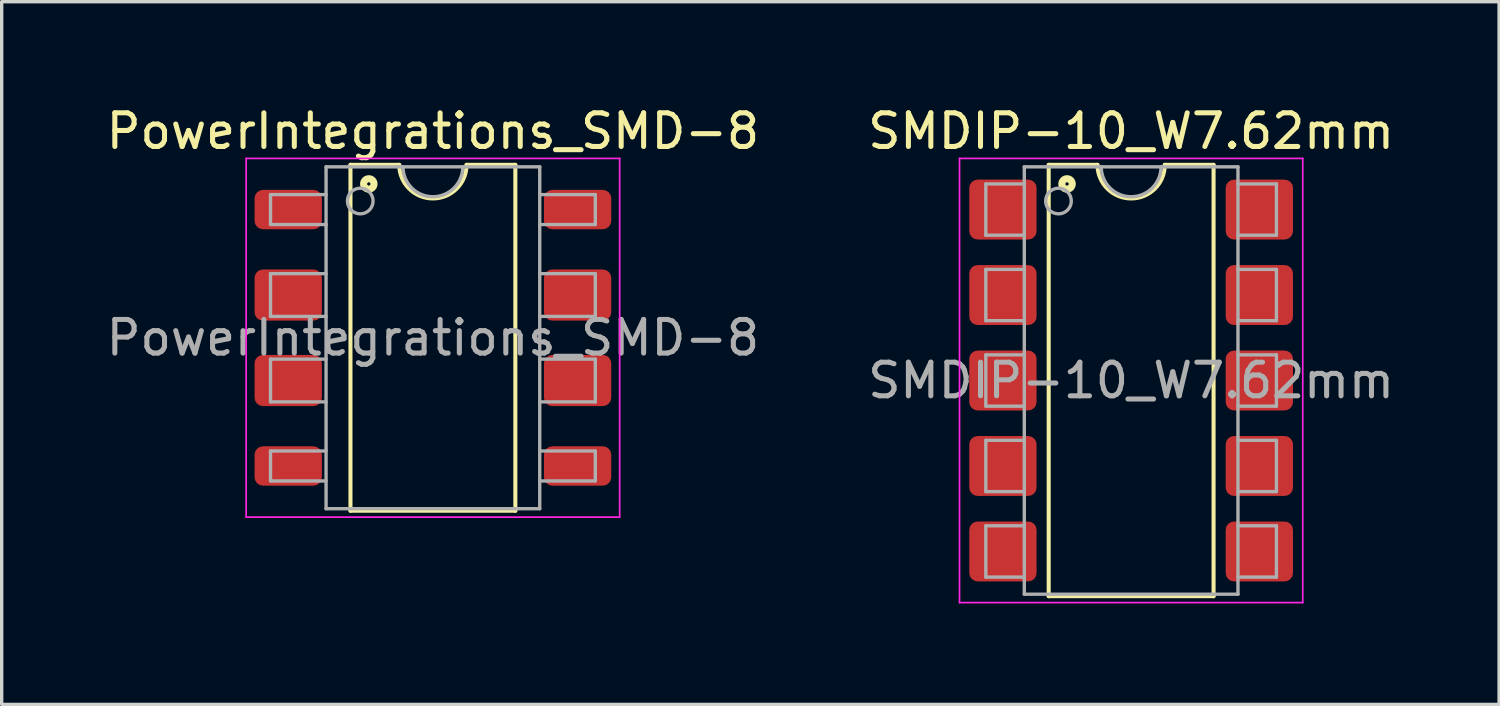
<source format=kicad_pcb>
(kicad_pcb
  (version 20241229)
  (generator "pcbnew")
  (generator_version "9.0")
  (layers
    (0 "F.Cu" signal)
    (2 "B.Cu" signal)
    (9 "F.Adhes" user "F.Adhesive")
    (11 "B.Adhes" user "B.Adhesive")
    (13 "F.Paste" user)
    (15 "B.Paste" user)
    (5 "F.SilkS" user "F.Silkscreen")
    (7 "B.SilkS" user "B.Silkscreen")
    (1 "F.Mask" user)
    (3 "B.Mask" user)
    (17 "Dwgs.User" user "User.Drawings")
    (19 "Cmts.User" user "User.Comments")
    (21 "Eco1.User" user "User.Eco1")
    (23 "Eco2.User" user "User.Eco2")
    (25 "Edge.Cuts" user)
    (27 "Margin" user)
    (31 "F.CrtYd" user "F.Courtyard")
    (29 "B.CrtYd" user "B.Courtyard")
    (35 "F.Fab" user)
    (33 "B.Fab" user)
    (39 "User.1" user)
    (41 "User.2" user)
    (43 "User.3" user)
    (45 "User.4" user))
  (footprint "SMDIP-10_W7.62mm"
    (layer "F.Cu")
    (at 30.565 8.258)
    (property "Reference" "SMDIP-10_W7.62mm" (at 0 -7.41 0) (layer "F.SilkS") (effects (font (size 1 1) (thickness 0.15))))
    (attr smd)
    (fp_line (start -2.45 -6.41) (end -2.45 6.41) (stroke (width 0.12) (type solid)) (layer "F.SilkS"))
    (fp_line (start -2.45 6.41) (end 2.45 6.41) (stroke (width 0.12) (type solid)) (layer "F.SilkS"))
    (fp_line (start -1 -6.41) (end -2.45 -6.41) (stroke (width 0.12) (type solid)) (layer "F.SilkS"))
    (fp_line (start 2.45 -6.41) (end 1 -6.41) (stroke (width 0.12) (type solid)) (layer "F.SilkS"))
    (fp_line (start 2.45 6.41) (end 2.45 -6.41) (stroke (width 0.12) (type solid)) (layer "F.SilkS"))
    (fp_arc (start 1 -6.41) (mid 0 -5.41) (end -1 -6.41) (stroke (width 0.12) (type solid)) (layer "F.SilkS"))
    (fp_circle (center -1.905 -5.842) (end -1.855 -5.842) (stroke (width 0.12) (type solid)) (fill no) (layer "F.SilkS"))
    (fp_circle (center -1.905 -5.842) (end -1.78 -5.842) (stroke (width 0.12) (type solid)) (fill no) (layer "F.SilkS"))
    (fp_circle (center -1.905 -5.842) (end -1.705 -5.842) (stroke (width 0.12) (type solid)) (fill no) (layer "F.SilkS"))
    (fp_line (start -5.1 -6.6) (end -5.1 6.6) (stroke (width 0.05) (type solid)) (layer "F.CrtYd"))
    (fp_line (start -5.1 6.6) (end 5.1 6.6) (stroke (width 0.05) (type solid)) (layer "F.CrtYd"))
    (fp_line (start 5.1 -6.6) (end -5.1 -6.6) (stroke (width 0.05) (type solid)) (layer "F.CrtYd"))
    (fp_line (start 5.1 6.6) (end 5.1 -6.6) (stroke (width 0.05) (type solid)) (layer "F.CrtYd"))
    (fp_line (start -4.318 -5.842) (end -4.318 -4.318) (stroke (width 0.1) (type solid)) (layer "F.Fab"))
    (fp_line (start -4.318 -5.842) (end -3.175 -5.842) (stroke (width 0.1) (type solid)) (layer "F.Fab"))
    (fp_line (start -4.318 -4.318) (end -3.175 -4.318) (stroke (width 0.1) (type solid)) (layer "F.Fab"))
    (fp_line (start -4.318 -3.302) (end -4.318 -1.778) (stroke (width 0.1) (type solid)) (layer "F.Fab"))
    (fp_line (start -4.318 -3.302) (end -3.175 -3.302) (stroke (width 0.1) (type solid)) (layer "F.Fab"))
    (fp_line (start -4.318 -1.778) (end -3.175 -1.778) (stroke (width 0.1) (type solid)) (layer "F.Fab"))
    (fp_line (start -4.318 -0.762) (end -4.318 0.762) (stroke (width 0.1) (type solid)) (layer "F.Fab"))
    (fp_line (start -4.318 -0.762) (end -3.175 -0.762) (stroke (width 0.1) (type solid)) (layer "F.Fab"))
    (fp_line (start -4.318 0.762) (end -3.175 0.762) (stroke (width 0.1) (type solid)) (layer "F.Fab"))
    (fp_line (start -4.318 1.778) (end -4.318 3.302) (stroke (width 0.1) (type solid)) (layer "F.Fab"))
    (fp_line (start -4.318 1.778) (end -3.175 1.778) (stroke (width 0.1) (type solid)) (layer "F.Fab"))
    (fp_line (start -4.318 3.302) (end -3.175 3.302) (stroke (width 0.1) (type solid)) (layer "F.Fab"))
    (fp_line (start -4.318 4.318) (end -4.318 5.842) (stroke (width 0.1) (type solid)) (layer "F.Fab"))
    (fp_line (start -4.318 4.318) (end -3.175 4.318) (stroke (width 0.1) (type solid)) (layer "F.Fab"))
    (fp_line (start -4.318 5.842) (end -3.175 5.842) (stroke (width 0.1) (type solid)) (layer "F.Fab"))
    (fp_line (start -3.175 -6.35) (end 3.175 -6.35) (stroke (width 0.1) (type solid)) (layer "F.Fab"))
    (fp_line (start -3.175 6.35) (end -3.175 -6.35) (stroke (width 0.1) (type solid)) (layer "F.Fab"))
    (fp_line (start 3.175 -6.35) (end 3.175 6.35) (stroke (width 0.1) (type solid)) (layer "F.Fab"))
    (fp_line (start 3.175 6.35) (end -3.175 6.35) (stroke (width 0.1) (type solid)) (layer "F.Fab"))
    (fp_line (start 4.318 -5.842) (end 3.175 -5.842) (stroke (width 0.1) (type solid)) (layer "F.Fab"))
    (fp_line (start 4.318 -4.318) (end 3.175 -4.318) (stroke (width 0.1) (type solid)) (layer "F.Fab"))
    (fp_line (start 4.318 -4.318) (end 4.318 -5.842) (stroke (width 0.1) (type solid)) (layer "F.Fab"))
    (fp_line (start 4.318 -3.302) (end 3.175 -3.302) (stroke (width 0.1) (type solid)) (layer "F.Fab"))
    (fp_line (start 4.318 -1.778) (end 3.175 -1.778) (stroke (width 0.1) (type solid)) (layer "F.Fab"))
    (fp_line (start 4.318 -1.778) (end 4.318 -3.302) (stroke (width 0.1) (type solid)) (layer "F.Fab"))
    (fp_line (start 4.318 -0.762) (end 3.175 -0.762) (stroke (width 0.1) (type solid)) (layer "F.Fab"))
    (fp_line (start 4.318 0.762) (end 3.175 0.762) (stroke (width 0.1) (type solid)) (layer "F.Fab"))
    (fp_line (start 4.318 0.762) (end 4.318 -0.762) (stroke (width 0.1) (type solid)) (layer "F.Fab"))
    (fp_line (start 4.318 1.778) (end 3.175 1.778) (stroke (width 0.1) (type solid)) (layer "F.Fab"))
    (fp_line (start 4.318 3.302) (end 3.175 3.302) (stroke (width 0.1) (type solid)) (layer "F.Fab"))
    (fp_line (start 4.318 3.302) (end 4.318 1.778) (stroke (width 0.1) (type solid)) (layer "F.Fab"))
    (fp_line (start 4.318 4.318) (end 3.175 4.318) (stroke (width 0.1) (type solid)) (layer "F.Fab"))
    (fp_line (start 4.318 5.842) (end 3.175 5.842) (stroke (width 0.1) (type solid)) (layer "F.Fab"))
    (fp_line (start 4.318 5.842) (end 4.318 4.318) (stroke (width 0.1) (type solid)) (layer "F.Fab"))
    (fp_arc (start 0.889 -6.35) (mid 0 -5.461) (end -0.889 -6.35) (stroke (width 0.1) (type solid)) (layer "F.Fab"))
    (fp_circle (center -2.159 -5.334) (end -1.778 -5.334) (stroke (width 0.1) (type solid)) (fill no) (layer "F.Fab"))
    (fp_text user "${REFERENCE}" (at 0 0 0) (layer "F.Fab") (effects (font (size 1 1) (thickness 0.15))))
    (pad "1" smd roundrect (at -3.81 -5.08) (size 2 1.78) (layers "F.Cu" "F.Mask" "F.Paste") (roundrect_rratio 0.14))
    (pad "2" smd roundrect (at -3.81 -2.54) (size 2 1.78) (layers "F.Cu" "F.Mask" "F.Paste") (roundrect_rratio 0.14))
    (pad "3" smd roundrect (at -3.81 0) (size 2 1.78) (layers "F.Cu" "F.Mask" "F.Paste") (roundrect_rratio 0.14))
    (pad "4" smd roundrect (at -3.81 2.54) (size 2 1.78) (layers "F.Cu" "F.Mask" "F.Paste") (roundrect_rratio 0.14))
    (pad "5" smd roundrect (at -3.81 5.08) (size 2 1.78) (layers "F.Cu" "F.Mask" "F.Paste") (roundrect_rratio 0.14))
    (pad "6" smd roundrect (at 3.81 5.08) (size 2 1.78) (layers "F.Cu" "F.Mask" "F.Paste") (roundrect_rratio 0.14))
    (pad "7" smd roundrect (at 3.81 2.54) (size 2 1.78) (layers "F.Cu" "F.Mask" "F.Paste") (roundrect_rratio 0.14))
    (pad "8" smd roundrect (at 3.81 0) (size 2 1.78) (layers "F.Cu" "F.Mask" "F.Paste") (roundrect_rratio 0.14))
    (pad "9" smd roundrect (at 3.81 -2.54) (size 2 1.78) (layers "F.Cu" "F.Mask" "F.Paste") (roundrect_rratio 0.14))
    (pad "10" smd roundrect (at 3.81 -5.08) (size 2 1.78) (layers "F.Cu" "F.Mask" "F.Paste") (roundrect_rratio 0.14)))
  (footprint "PowerIntegrations_SMD-8"
    (layer "F.Cu")
    (at 9.815 6.988)
    (property "Reference" "PowerIntegrations_SMD-8" (at 0 -6.14 0) (layer "F.SilkS") (effects (font (size 1 1) (thickness 0.15))))
    (attr smd)
    (fp_line (start -2.45 -5.14) (end -2.45 5.14) (stroke (width 0.12) (type solid)) (layer "F.SilkS"))
    (fp_line (start -2.45 5.14) (end 2.45 5.14) (stroke (width 0.12) (type solid)) (layer "F.SilkS"))
    (fp_line (start -1 -5.14) (end -2.45 -5.14) (stroke (width 0.12) (type solid)) (layer "F.SilkS"))
    (fp_line (start 2.45 -5.14) (end 1 -5.14) (stroke (width 0.12) (type solid)) (layer "F.SilkS"))
    (fp_line (start 2.45 5.14) (end 2.45 -5.14) (stroke (width 0.12) (type solid)) (layer "F.SilkS"))
    (fp_arc (start 1 -5.14) (mid 0 -4.14) (end -1 -5.14) (stroke (width 0.12) (type solid)) (layer "F.SilkS"))
    (fp_circle (center -1.905 -4.572) (end -1.855 -4.572) (stroke (width 0.12) (type solid)) (fill no) (layer "F.SilkS"))
    (fp_circle (center -1.905 -4.572) (end -1.78 -4.572) (stroke (width 0.12) (type solid)) (fill no) (layer "F.SilkS"))
    (fp_circle (center -1.905 -4.572) (end -1.705 -4.572) (stroke (width 0.12) (type solid)) (fill no) (layer "F.SilkS"))
    (fp_line (start -5.55 -5.33) (end -5.55 5.33) (stroke (width 0.05) (type solid)) (layer "F.CrtYd"))
    (fp_line (start -5.55 -5.33) (end 5.55 -5.33) (stroke (width 0.05) (type solid)) (layer "F.CrtYd"))
    (fp_line (start 5.55 5.33) (end -5.55 5.33) (stroke (width 0.05) (type solid)) (layer "F.CrtYd"))
    (fp_line (start 5.55 5.33) (end 5.55 -5.33) (stroke (width 0.05) (type solid)) (layer "F.CrtYd"))
    (fp_line (start -4.826 -4.255) (end -4.826 -3.365) (stroke (width 0.1) (type solid)) (layer "F.Fab"))
    (fp_line (start -4.826 -4.255) (end -3.175 -4.255) (stroke (width 0.1) (type solid)) (layer "F.Fab"))
    (fp_line (start -4.826 -3.365) (end -3.175 -3.365) (stroke (width 0.1) (type solid)) (layer "F.Fab"))
    (fp_line (start -4.826 -1.905) (end -4.826 -0.635) (stroke (width 0.1) (type solid)) (layer "F.Fab"))
    (fp_line (start -4.826 -1.905) (end -3.175 -1.905) (stroke (width 0.1) (type solid)) (layer "F.Fab"))
    (fp_line (start -4.826 -0.635) (end -3.175 -0.635) (stroke (width 0.1) (type solid)) (layer "F.Fab"))
    (fp_line (start -4.826 1.905) (end -4.826 0.635) (stroke (width 0.1) (type solid)) (layer "F.Fab"))
    (fp_line (start -4.826 4.255) (end -4.826 3.365) (stroke (width 0.1) (type solid)) (layer "F.Fab"))
    (fp_line (start -3.175 -5.08) (end 3.175 -5.08) (stroke (width 0.1) (type solid)) (layer "F.Fab"))
    (fp_line (start -3.175 0.635) (end -4.826 0.635) (stroke (width 0.1) (type solid)) (layer "F.Fab"))
    (fp_line (start -3.175 1.905) (end -4.826 1.905) (stroke (width 0.1) (type solid)) (layer "F.Fab"))
    (fp_line (start -3.175 3.365) (end -4.826 3.365) (stroke (width 0.1) (type solid)) (layer "F.Fab"))
    (fp_line (start -3.175 4.255) (end -4.826 4.255) (stroke (width 0.1) (type solid)) (layer "F.Fab"))
    (fp_line (start -3.175 5.08) (end -3.175 -5.08) (stroke (width 0.1) (type solid)) (layer "F.Fab"))
    (fp_line (start 3.175 -5.08) (end 3.175 5.08) (stroke (width 0.1) (type solid)) (layer "F.Fab"))
    (fp_line (start 3.175 -4.255) (end 4.826 -4.255) (stroke (width 0.1) (type solid)) (layer "F.Fab"))
    (fp_line (start 3.175 -3.365) (end 4.826 -3.365) (stroke (width 0.1) (type solid)) (layer "F.Fab"))
    (fp_line (start 3.175 -1.905) (end 4.826 -1.905) (stroke (width 0.1) (type solid)) (layer "F.Fab"))
    (fp_line (start 3.175 -0.635) (end 4.826 -0.635) (stroke (width 0.1) (type solid)) (layer "F.Fab"))
    (fp_line (start 3.175 5.08) (end -3.175 5.08) (stroke (width 0.1) (type solid)) (layer "F.Fab"))
    (fp_line (start 4.826 -4.255) (end 4.826 -3.365) (stroke (width 0.1) (type solid)) (layer "F.Fab"))
    (fp_line (start 4.826 -1.905) (end 4.826 -0.635) (stroke (width 0.1) (type solid)) (layer "F.Fab"))
    (fp_line (start 4.826 0.635) (end 3.175 0.635) (stroke (width 0.1) (type solid)) (layer "F.Fab"))
    (fp_line (start 4.826 1.905) (end 3.175 1.905) (stroke (width 0.1) (type solid)) (layer "F.Fab"))
    (fp_line (start 4.826 1.905) (end 4.826 0.635) (stroke (width 0.1) (type solid)) (layer "F.Fab"))
    (fp_line (start 4.826 3.365) (end 3.175 3.365) (stroke (width 0.1) (type solid)) (layer "F.Fab"))
    (fp_line (start 4.826 4.255) (end 3.175 4.255) (stroke (width 0.1) (type solid)) (layer "F.Fab"))
    (fp_line (start 4.826 4.255) (end 4.826 3.365) (stroke (width 0.1) (type solid)) (layer "F.Fab"))
    (fp_arc (start 0.889 -5.08) (mid 0 -4.191) (end -0.889 -5.08) (stroke (width 0.1) (type solid)) (layer "F.Fab"))
    (fp_circle (center -2.159 -4.064) (end -1.778 -4.064) (stroke (width 0.1) (type solid)) (fill no) (layer "F.Fab"))
    (fp_text user "${REFERENCE}" (at 0 0 0) (layer "F.Fab") (effects (font (size 1 1) (thickness 0.15))))
    (pad "1" smd roundrect (at -4.3 -3.81) (size 2 1.17) (layers "F.Cu" "F.Mask" "F.Paste") (roundrect_rratio 0.214))
    (pad "2" smd roundrect (at -4.3 -1.27) (size 2 1.52) (layers "F.Cu" "F.Mask" "F.Paste") (roundrect_rratio 0.164))
    (pad "3" smd roundrect (at -4.3 1.27) (size 2 1.52) (layers "F.Cu" "F.Mask" "F.Paste") (roundrect_rratio 0.164))
    (pad "4" smd roundrect (at -4.3 3.81) (size 2 1.17) (layers "F.Cu" "F.Mask" "F.Paste") (roundrect_rratio 0.214))
    (pad "5" smd roundrect (at 4.3 3.81) (size 2 1.17) (layers "F.Cu" "F.Mask" "F.Paste") (roundrect_rratio 0.214))
    (pad "6" smd roundrect (at 4.3 1.27) (size 2 1.52) (layers "F.Cu" "F.Mask" "F.Paste") (roundrect_rratio 0.164))
    (pad "7" smd roundrect (at 4.3 -1.27) (size 2 1.52) (layers "F.Cu" "F.Mask" "F.Paste") (roundrect_rratio 0.164))
    (pad "8" smd roundrect (at 4.3 -3.81) (size 2 1.17) (layers "F.Cu" "F.Mask" "F.Paste") (roundrect_rratio 0.214)))
  (gr_rect
    (start -3 -3)
    (end 41.5 17.883)
    (stroke (width 0.1) (type default))
    (fill no)
    (layer "Edge.Cuts")))
</source>
